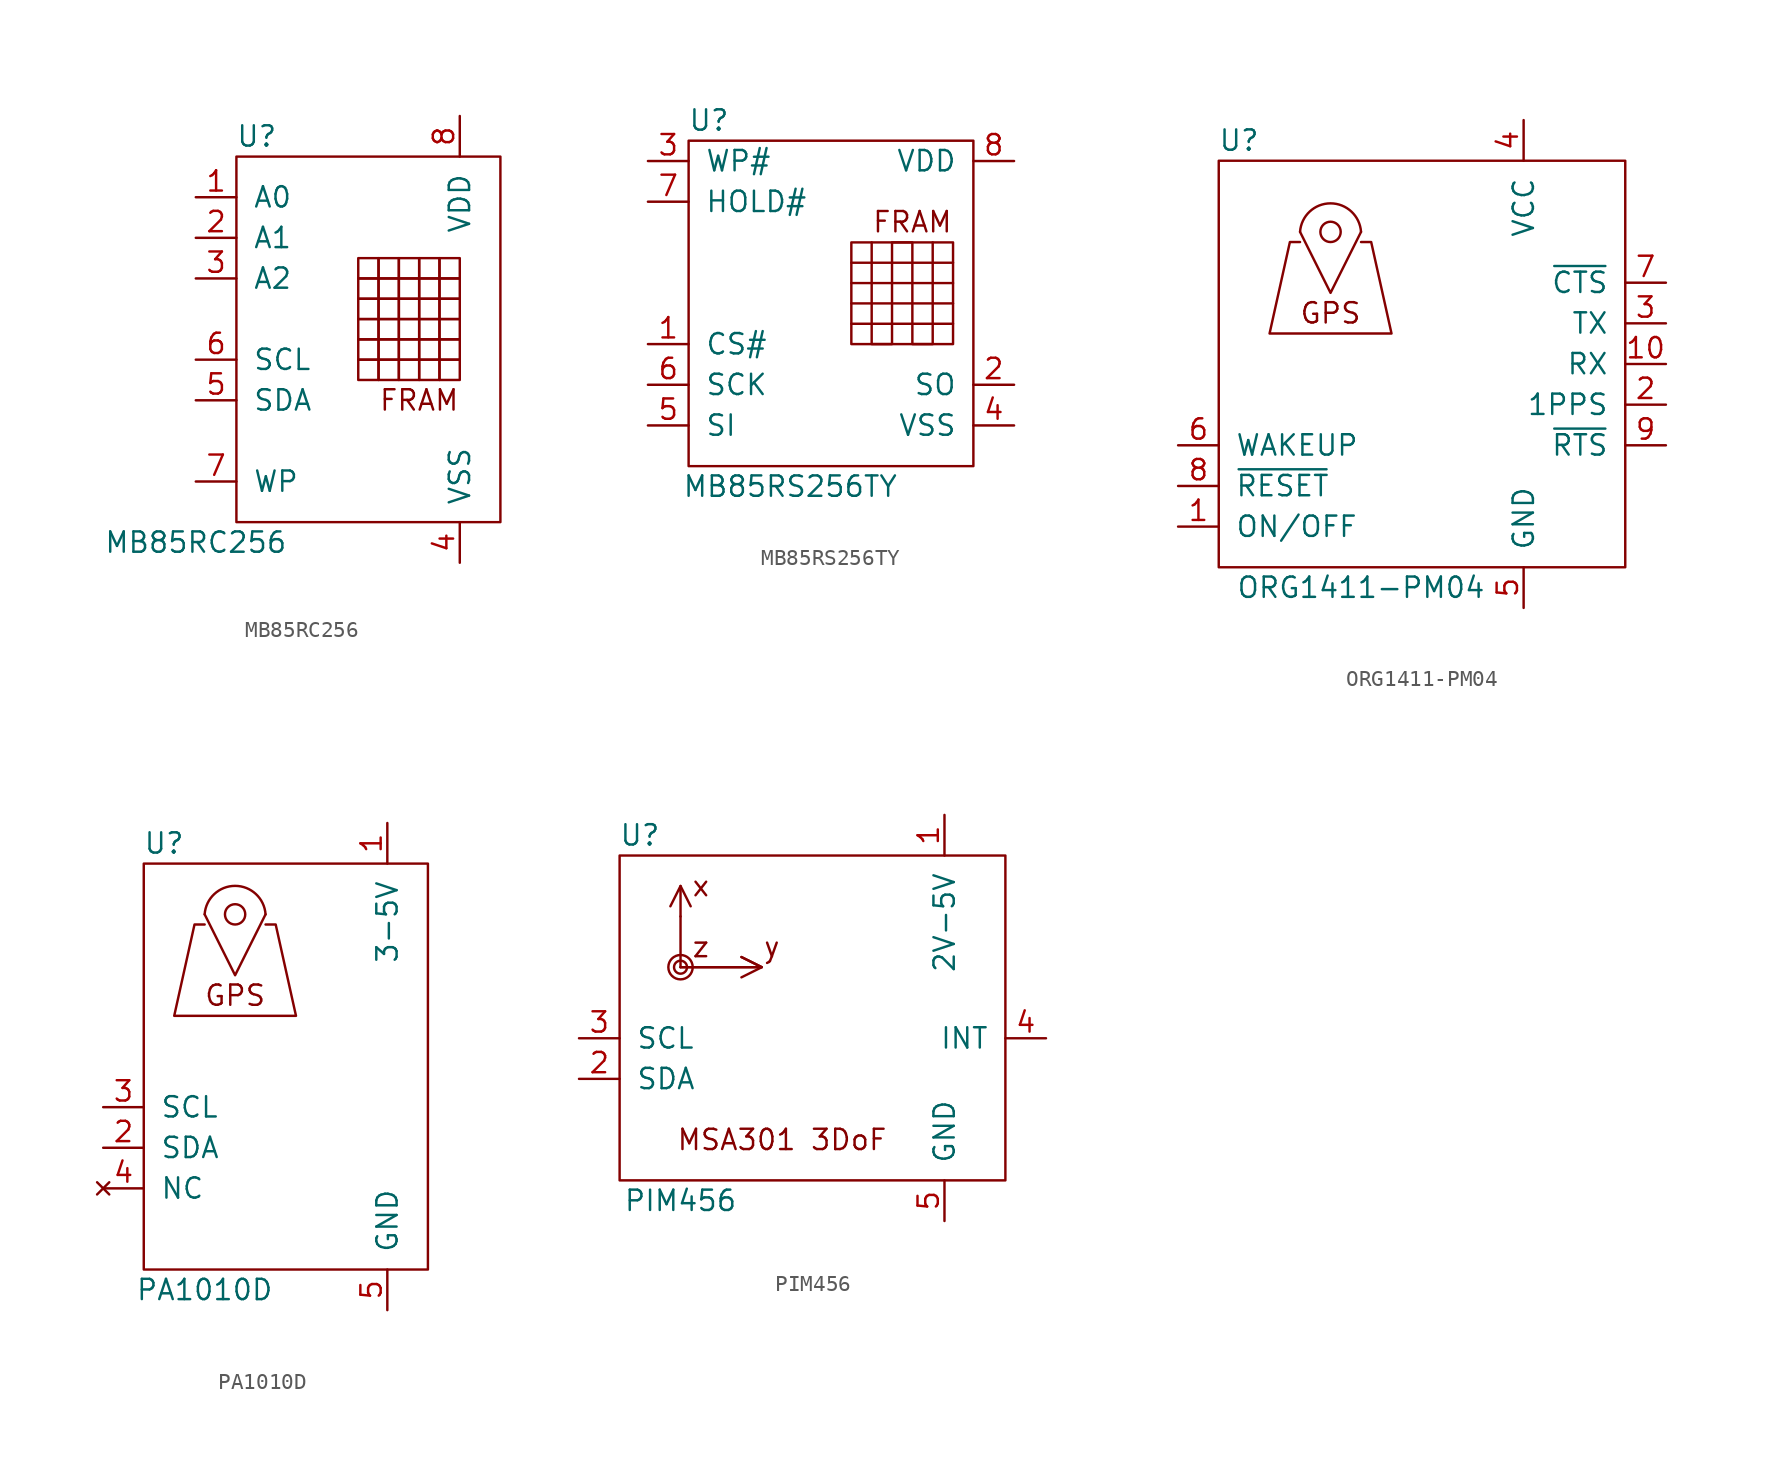
<source format=kicad_sym>
(kicad_symbol_lib
  (version 20220102)
  (generator kicad_symbol_editor)
  (symbol "MB85RC256"
    (pin_names
      (offset 1.016))
    (property "Reference" "U"
      (at 3.81 21.59 0)
      (effects (font (size 1.27 1.27))))
    (property "Value" "MB85RC256"
      (at 0 -3.81 0)
      (effects (font (size 1.27 1.27))))
    (symbol "MB85RC256_0_0"
      (text "FRAM" (at 13.97 5.08 0) (effects (font (size 1.27 1.27)))))
    (symbol "MB85RC256_0_1"
      (rectangle (start 2.54 20.32) (end 19.05 -2.54) (stroke (width 0) (type default)) (fill (type none)))
      (rectangle (start 10.16 13.97) (end 11.43 12.7) (stroke (width 0) (type default)) (fill (type none)))
      (rectangle (start 11.43 13.97) (end 12.7 12.7) (stroke (width 0) (type default)) (fill (type none)))
      (rectangle (start 12.7 13.97) (end 13.97 12.7) (stroke (width 0) (type default)) (fill (type none)))
      (rectangle (start 13.97 13.97) (end 15.24 12.7) (stroke (width 0) (type default)) (fill (type none)))
      (rectangle (start 15.24 13.97) (end 16.51 12.7) (stroke (width 0) (type default)) (fill (type none))))
    (symbol "MB85RC256_1_1"
      (rectangle (start 10.16 7.62) (end 11.43 6.35) (stroke (width 0) (type default)) (fill (type none)))
      (rectangle (start 10.16 8.89) (end 11.43 7.62) (stroke (width 0) (type default)) (fill (type none)))
      (rectangle (start 10.16 10.16) (end 11.43 8.89) (stroke (width 0) (type default)) (fill (type none)))
      (rectangle (start 10.16 11.43) (end 11.43 10.16) (stroke (width 0) (type default)) (fill (type none)))
      (rectangle (start 10.16 12.7) (end 11.43 11.43) (stroke (width 0) (type default)) (fill (type none)))
      (rectangle (start 11.43 7.62) (end 12.7 6.35) (stroke (width 0) (type default)) (fill (type none)))
      (rectangle (start 11.43 8.89) (end 12.7 7.62) (stroke (width 0) (type default)) (fill (type none)))
      (rectangle (start 11.43 10.16) (end 12.7 8.89) (stroke (width 0) (type default)) (fill (type none)))
      (rectangle (start 11.43 11.43) (end 12.7 10.16) (stroke (width 0) (type default)) (fill (type none)))
      (rectangle (start 11.43 12.7) (end 12.7 11.43) (stroke (width 0) (type default)) (fill (type none)))
      (rectangle (start 12.7 7.62) (end 13.97 6.35) (stroke (width 0) (type default)) (fill (type none)))
      (rectangle (start 12.7 8.89) (end 13.97 7.62) (stroke (width 0) (type default)) (fill (type none)))
      (rectangle (start 12.7 10.16) (end 13.97 8.89) (stroke (width 0) (type default)) (fill (type none)))
      (rectangle (start 12.7 11.43) (end 13.97 10.16) (stroke (width 0) (type default)) (fill (type none)))
      (rectangle (start 12.7 12.7) (end 13.97 11.43) (stroke (width 0) (type default)) (fill (type none)))
      (rectangle (start 13.97 7.62) (end 15.24 6.35) (stroke (width 0) (type default)) (fill (type none)))
      (rectangle (start 13.97 8.89) (end 15.24 7.62) (stroke (width 0) (type default)) (fill (type none)))
      (rectangle (start 13.97 10.16) (end 15.24 8.89) (stroke (width 0) (type default)) (fill (type none)))
      (rectangle (start 13.97 11.43) (end 15.24 10.16) (stroke (width 0) (type default)) (fill (type none)))
      (rectangle (start 13.97 12.7) (end 15.24 11.43) (stroke (width 0) (type default)) (fill (type none)))
      (rectangle (start 15.24 7.62) (end 16.51 6.35) (stroke (width 0) (type default)) (fill (type none)))
      (rectangle (start 15.24 8.89) (end 16.51 7.62) (stroke (width 0) (type default)) (fill (type none)))
      (rectangle (start 15.24 10.16) (end 16.51 8.89) (stroke (width 0) (type default)) (fill (type none)))
      (rectangle (start 15.24 11.43) (end 16.51 10.16) (stroke (width 0) (type default)) (fill (type none)))
      (rectangle (start 15.24 12.7) (end 16.51 11.43) (stroke (width 0) (type default)) (fill (type none)))
      (pin input line (at 0 17.78 0) (length 2.54) (name "A0" (effects (font (size 1.27 1.27)))) (number "1" (effects (font (size 1.27 1.27)))))
      (pin input line (at 0 15.24 0) (length 2.54) (name "A1" (effects (font (size 1.27 1.27)))) (number "2" (effects (font (size 1.27 1.27)))))
      (pin input line (at 0 12.7 0) (length 2.54) (name "A2" (effects (font (size 1.27 1.27)))) (number "3" (effects (font (size 1.27 1.27)))))
      (pin power_in line (at 16.51 -5.08 90) (length 2.54) (name "VSS" (effects (font (size 1.27 1.27)))) (number "4" (effects (font (size 1.27 1.27)))))
      (pin bidirectional line (at 0 5.08 0) (length 2.54) (name "SDA" (effects (font (size 1.27 1.27)))) (number "5" (effects (font (size 1.27 1.27)))))
      (pin input line (at 0 7.62 0) (length 2.54) (name "SCL" (effects (font (size 1.27 1.27)))) (number "6" (effects (font (size 1.27 1.27)))))
      (pin input line (at 0 0 0) (length 2.54) (name "WP" (effects (font (size 1.27 1.27)))) (number "7" (effects (font (size 1.27 1.27)))))
      (pin power_in line (at 16.51 22.86 270) (length 2.54) (name "VDD" (effects (font (size 1.27 1.27)))) (number "8" (effects (font (size 1.27 1.27)))))))
  (symbol "MB85RS256TY"
    (pin_names
      (offset 1.016))
    (property "Reference" "U"
      (at 3.81 19.05 0)
      (effects (font (size 1.27 1.27))))
    (property "Value" "MB85RS256TY"
      (at 8.89 -3.81 0)
      (effects (font (size 1.27 1.27))))
    (symbol "MB85RS256TY_0_0"
      (text "FRAM" (at 16.51 12.7 0) (effects (font (size 1.27 1.27)))))
    (symbol "MB85RS256TY_0_1"
      (polyline (pts (xy 12.7 6.35) (xy 19.05 6.35)) (stroke (width 0) (type default)) (fill (type none)))
      (polyline (pts (xy 12.7 7.62) (xy 19.05 7.62)) (stroke (width 0) (type default)) (fill (type none)))
      (polyline (pts (xy 12.7 8.89) (xy 19.05 8.89)) (stroke (width 0) (type default)) (fill (type none)))
      (polyline (pts (xy 12.7 10.16) (xy 19.05 10.16)) (stroke (width 0) (type default)) (fill (type none)))
      (polyline (pts (xy 12.7 11.43) (xy 19.05 11.43) (xy 19.05 5.08) (xy 12.7 5.08) (xy 12.7 11.43)) (stroke (width 0) (type default)) (fill (type none)))
      (polyline (pts (xy 13.97 11.43) (xy 13.97 5.08) (xy 15.24 5.08) (xy 15.24 11.43) (xy 16.51 11.43) (xy 16.51 5.08) (xy 17.78 5.08) (xy 17.78 11.43)) (stroke (width 0) (type default)) (fill (type none)))
      (rectangle (start 2.54 17.78) (end 20.32 -2.54) (stroke (width 0) (type default)) (fill (type none))))
    (symbol "MB85RS256TY_1_1"
      (pin input line (at 0 5.08 0) (length 2.54) (name "CS#" (effects (font (size 1.27 1.27)))) (number "1" (effects (font (size 1.27 1.27)))))
      (pin input line (at 22.86 2.54 180) (length 2.54) (name "SO" (effects (font (size 1.27 1.27)))) (number "2" (effects (font (size 1.27 1.27)))))
      (pin input line (at 0 16.51 0) (length 2.54) (name "WP#" (effects (font (size 1.27 1.27)))) (number "3" (effects (font (size 1.27 1.27)))))
      (pin power_in line (at 22.86 0 180) (length 2.54) (name "VSS" (effects (font (size 1.27 1.27)))) (number "4" (effects (font (size 1.27 1.27)))))
      (pin input line (at 0 0 0) (length 2.54) (name "SI" (effects (font (size 1.27 1.27)))) (number "5" (effects (font (size 1.27 1.27)))))
      (pin input line (at 0 2.54 0) (length 2.54) (name "SCK" (effects (font (size 1.27 1.27)))) (number "6" (effects (font (size 1.27 1.27)))))
      (pin input line (at 0 13.97 0) (length 2.54) (name "HOLD#" (effects (font (size 1.27 1.27)))) (number "7" (effects (font (size 1.27 1.27)))))
      (pin power_in line (at 22.86 16.51 180) (length 2.54) (name "VDD" (effects (font (size 1.27 1.27)))) (number "8" (effects (font (size 1.27 1.27)))))))
  (symbol "ORG1411-PM04"
    (pin_names
      (offset 1.016))
    (property "Reference" "U"
      (at 3.81 24.13 0)
      (effects (font (size 1.27 1.27))))
    (property "Value" "ORG1411-PM04"
      (at 11.43 -3.81 0)
      (effects (font (size 1.27 1.27))))
    (symbol "ORG1411-PM04_0_0"
      (text "GPS" (at 9.525 13.335 0) (effects (font (size 1.27 1.27)))))
    (symbol "ORG1411-PM04_0_1"
      (polyline (pts (xy 7.62 18.415) (xy 9.525 14.605) (xy 11.43 18.415)) (stroke (width 0) (type default)) (fill (type none)))
      (polyline (pts (xy 7.62 17.78) (xy 6.985 17.78) (xy 5.715 12.065) (xy 13.335 12.065) (xy 12.065 17.78) (xy 11.43 17.78)) (stroke (width 0) (type default)) (fill (type none)))
      (rectangle (start 2.54 22.86) (end 27.94 -2.54) (stroke (width 0) (type default)) (fill (type none)))
      (circle (center 9.525 18.415) (radius 0.635) (stroke (width 0) (type default)) (fill (type none)))
      (arc (start 11.43 18.415) (mid 9.525 20.1972) (end 7.62 18.415) (stroke (width 0) (type default)) (fill (type none))))
    (symbol "ORG1411-PM04_1_1"
      (pin input line (at 0 0 0) (length 2.54) (name "ON/OFF" (effects (font (size 1.27 1.27)))) (number "1" (effects (font (size 1.27 1.27)))))
      (pin bidirectional line (at 30.48 10.16 180) (length 2.54) (name "RX" (effects (font (size 1.27 1.27)))) (number "10" (effects (font (size 1.27 1.27)))))
      (pin output line (at 30.48 7.62 180) (length 2.54) (name "1PPS" (effects (font (size 1.27 1.27)))) (number "2" (effects (font (size 1.27 1.27)))))
      (pin bidirectional line (at 30.48 12.7 180) (length 2.54) (name "TX" (effects (font (size 1.27 1.27)))) (number "3" (effects (font (size 1.27 1.27)))))
      (pin power_in line (at 21.59 25.4 270) (length 2.54) (name "VCC" (effects (font (size 1.27 1.27)))) (number "4" (effects (font (size 1.27 1.27)))))
      (pin power_in line (at 21.59 -5.08 90) (length 2.54) (name "GND" (effects (font (size 1.27 1.27)))) (number "5" (effects (font (size 1.27 1.27)))))
      (pin input line (at 0 5.08 0) (length 2.54) (name "WAKEUP" (effects (font (size 1.27 1.27)))) (number "6" (effects (font (size 1.27 1.27)))))
      (pin bidirectional line (at 30.48 15.24 180) (length 2.54) (name "~{CTS}" (effects (font (size 1.27 1.27)))) (number "7" (effects (font (size 1.27 1.27)))))
      (pin input line (at 0 2.54 0) (length 2.54) (name "~{RESET}" (effects (font (size 1.27 1.27)))) (number "8" (effects (font (size 1.27 1.27)))))
      (pin bidirectional line (at 30.48 5.08 180) (length 2.54) (name "~{RTS}" (effects (font (size 1.27 1.27)))) (number "9" (effects (font (size 1.27 1.27)))))))
  (symbol "PA1010D"
    (pin_names
      (offset 1.016))
    (property "Reference" "U"
      (at 3.81 19.05 0)
      (effects (font (size 1.27 1.27))))
    (property "Value" "PA1010D"
      (at 6.35 -8.89 0)
      (effects (font (size 1.27 1.27))))
    (symbol "PA1010D_0_0"
      (rectangle (start 2.54 -7.62) (end 20.32 17.78) (stroke (width 0) (type default)) (fill (type none))))
    (symbol "PA1010D_1_1"
      (polyline (pts (xy 6.35 14.605) (xy 8.255 10.795) (xy 10.16 14.605)) (stroke (width 0) (type default)) (fill (type none)))
      (polyline (pts (xy 6.35 13.97) (xy 5.715 13.97) (xy 4.445 8.255) (xy 12.065 8.255) (xy 10.795 13.97) (xy 10.16 13.97)) (stroke (width 0) (type default)) (fill (type none)))
      (circle (center 8.255 14.605) (radius 0.635) (stroke (width 0) (type default)) (fill (type none)))
      (arc (start 10.16 14.605) (mid 8.255 16.3872) (end 6.35 14.605) (stroke (width 0) (type default)) (fill (type none)))
      (text "GPS" (at 8.255 9.525 0) (effects (font (size 1.27 1.27))))
      (pin power_in line (at 17.78 20.32 270) (length 2.54) (name "3-5V" (effects (font (size 1.27 1.27)))) (number "1" (effects (font (size 1.27 1.27)))))
      (pin bidirectional line (at 0 0 0) (length 2.54) (name "SDA" (effects (font (size 1.27 1.27)))) (number "2" (effects (font (size 1.27 1.27)))))
      (pin input line (at 0 2.54 0) (length 2.54) (name "SCL" (effects (font (size 1.27 1.27)))) (number "3" (effects (font (size 1.27 1.27)))))
      (pin no_connect line (at 0 -2.54 0) (length 2.54) (name "NC" (effects (font (size 1.27 1.27)))) (number "4" (effects (font (size 1.27 1.27)))))
      (pin power_in line (at 17.78 -10.16 90) (length 2.54) (name "GND" (effects (font (size 1.27 1.27)))) (number "5" (effects (font (size 1.27 1.27)))))))
  (symbol "PIM456"
    (pin_names
      (offset 1.016))
    (property "Reference" "U"
      (at 3.81 15.24 0)
      (effects (font (size 1.27 1.27))))
    (property "Value" "PIM456"
      (at 6.35 -7.62 0)
      (effects (font (size 1.27 1.27))))
    (symbol "PIM456_0_0"
      (polyline (pts (xy 6.35 12.065) (xy 6.985 10.795)) (stroke (width 0) (type default)) (fill (type none)))
      (polyline (pts (xy 11.43 6.985) (xy 10.16 6.35)) (stroke (width 0) (type default)) (fill (type none)))
      (polyline (pts (xy 6.35 6.985) (xy 6.35 12.065) (xy 5.715 10.795)) (stroke (width 0) (type default)) (fill (type none)))
      (polyline (pts (xy 6.35 6.985) (xy 11.43 6.985) (xy 10.16 7.62)) (stroke (width 0) (type default)) (fill (type none)))
      (polyline (pts (xy 6.35 6.985) (xy 11.43 6.985) (xy 10.16 7.62)) (stroke (width 0) (type default)) (fill (type none)))
      (circle (center 6.35 6.985) (radius 0.406) (stroke (width 0) (type default)) (fill (type none)))
      (circle (center 6.35 6.985) (radius 0.762) (stroke (width 0) (type default)) (fill (type none)))
      (text "MSA301 3DoF" (at 12.7 -3.81 0) (effects (font (size 1.27 1.27))))
      (text "x" (at 7.62 12.065 0) (effects (font (size 1.27 1.27))))
      (text "y" (at 12.065 8.255 0) (effects (font (size 1.27 1.27))))
      (text "z" (at 7.62 8.255 0) (effects (font (size 1.27 1.27)))))
    (symbol "PIM456_0_1"
      (rectangle (start 6.35 10.16) (end 6.35 10.16) (stroke (width 0) (type default)) (fill (type none)))
      (rectangle (start 26.67 13.97) (end 2.54 -6.35) (stroke (width 0) (type default)) (fill (type none))))
    (symbol "PIM456_1_1"
      (pin power_in line (at 22.86 16.51 270) (length 2.54) (name "2V-5V" (effects (font (size 1.27 1.27)))) (number "1" (effects (font (size 1.27 1.27)))))
      (pin bidirectional line (at 0 0 0) (length 2.54) (name "SDA" (effects (font (size 1.27 1.27)))) (number "2" (effects (font (size 1.27 1.27)))))
      (pin input line (at 0 2.54 0) (length 2.54) (name "SCL" (effects (font (size 1.27 1.27)))) (number "3" (effects (font (size 1.27 1.27)))))
      (pin output line (at 29.21 2.54 180) (length 2.54) (name "INT" (effects (font (size 1.27 1.27)))) (number "4" (effects (font (size 1.27 1.27)))))
      (pin power_in line (at 22.86 -8.89 90) (length 2.54) (name "GND" (effects (font (size 1.27 1.27)))) (number "5" (effects (font (size 1.27 1.27))))))))
</source>
